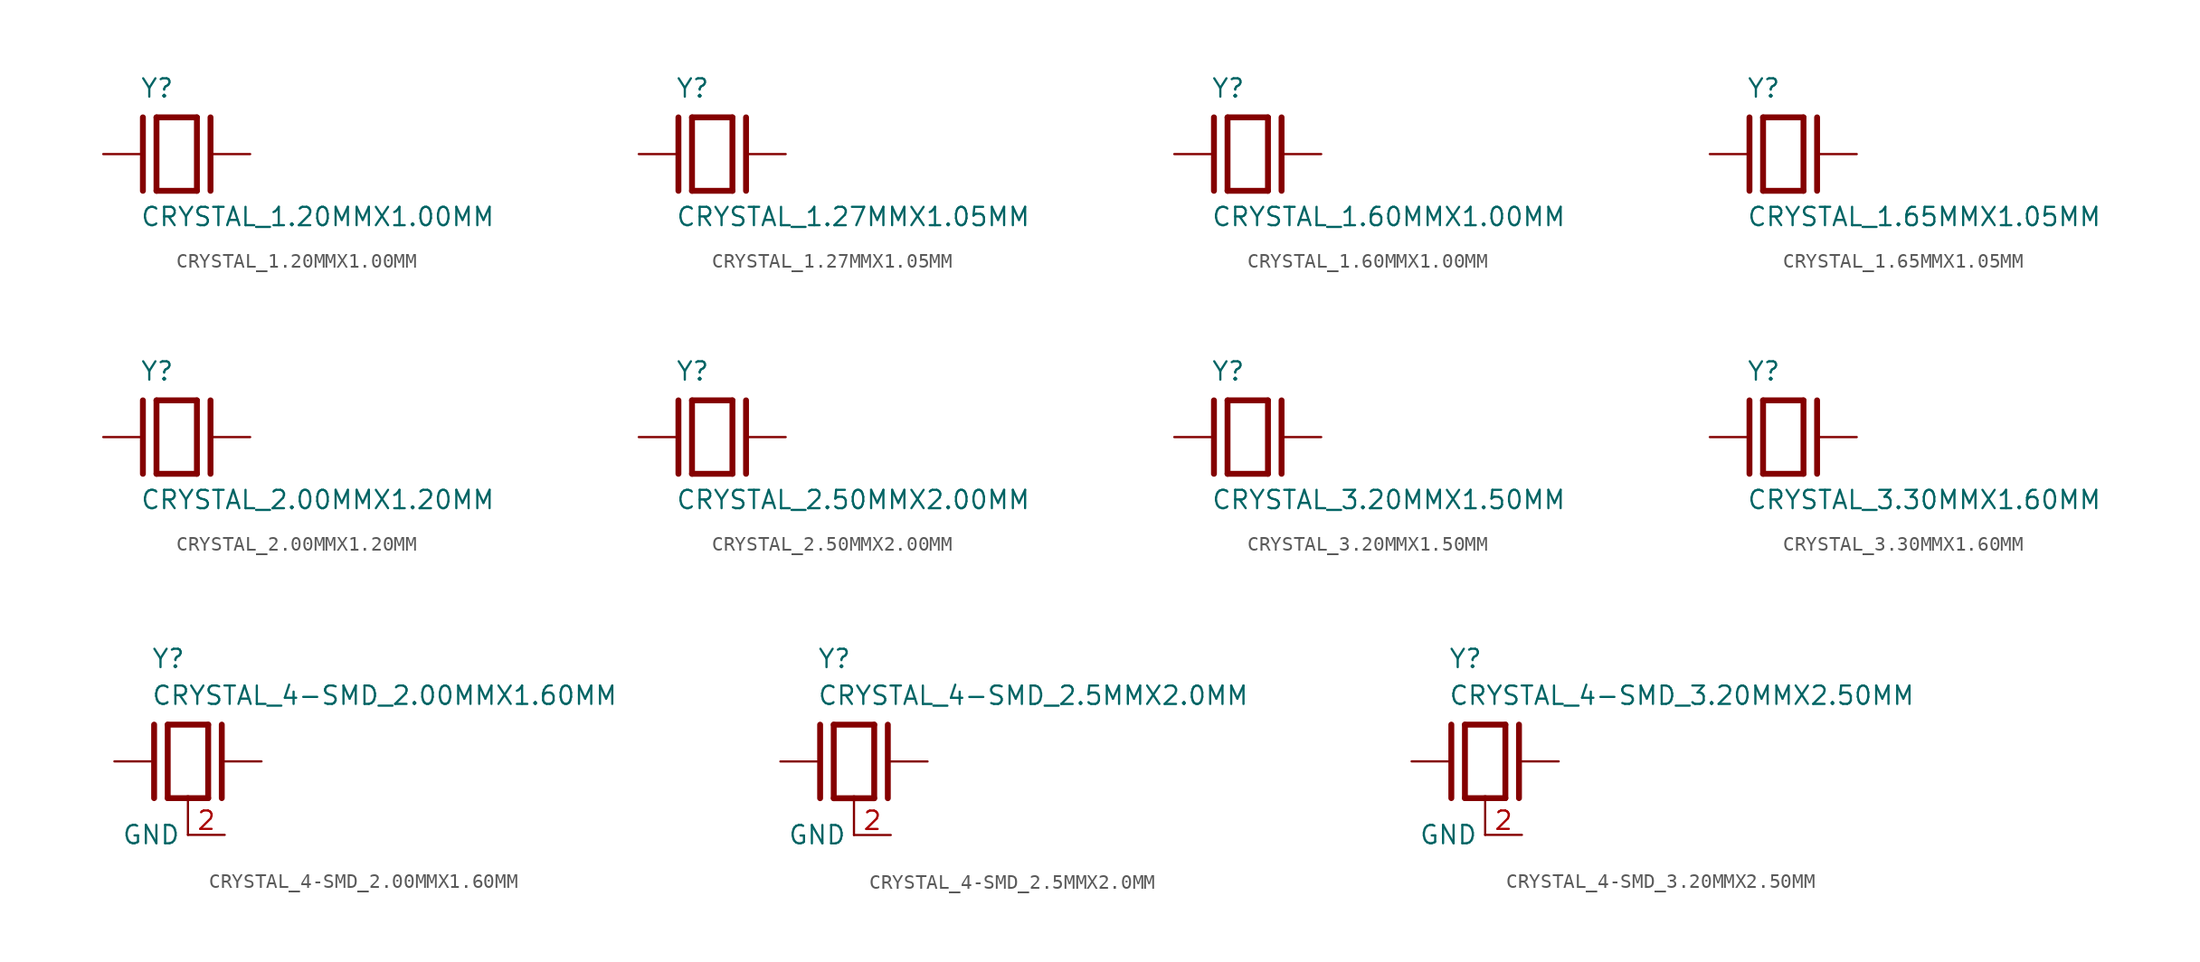
<source format=kicad_sym>
(kicad_symbol_lib
  (version 20211014)
  (generator kicad_symbol_editor)
  (symbol "CRYSTAL_1.20MMX1.00MM"
    (pin_numbers hide)
    (pin_names hide)
    (property "Reference" "Y"
      (at -2.54 3.81 0)
      (effects (font (size 1.27 1.27)) (justify left bottom)))
    (property "Value" "CRYSTAL_1.20MMX1.00MM"
      (at -2.54 -5.08 0)
      (effects (font (size 1.27 1.27)) (justify left bottom)))
    (property "Datasheet" ""
      (at 0 0 0))
    (property "ki_fp_filters" "FlashPCB_Oscillators:CRYSTAL_2-SMD_NOLEAD_1.20MMX1.00MM"
      (at 0 0 0))
    (symbol "CRYSTAL_1.20MMX1.00MM_1_1"
      (polyline (pts (xy -1.397 2.54) (xy 1.397 2.54)) (stroke (width 0.406)) (fill (type none)))
      (polyline (pts (xy 1.397 2.54) (xy 1.397 -2.54)) (stroke (width 0.406)) (fill (type none)))
      (polyline (pts (xy 1.397 -2.54) (xy -1.397 -2.54)) (stroke (width 0.406)) (fill (type none)))
      (polyline (pts (xy -1.397 2.54) (xy -1.397 -2.54)) (stroke (width 0.406)) (fill (type none)))
      (polyline (pts (xy 2.337 2.54) (xy 2.337 -2.54)) (stroke (width 0.406)) (fill (type none)))
      (polyline (pts (xy -2.337 2.54) (xy -2.337 -2.54)) (stroke (width 0.406)) (fill (type none)))
      (pin passive line (at 5.08 0 180) (length 2.54) (name "2" (effects (font (size 0 0)))) (number "2" (effects (font (size 0 0)))))
      (pin passive line (at -5.08 0 0) (length 2.54) (name "1" (effects (font (size 0 0)))) (number "1" (effects (font (size 0 0)))))))
  (symbol "CRYSTAL_1.27MMX1.05MM"
    (pin_numbers hide)
    (pin_names hide)
    (property "Reference" "Y"
      (at -2.54 3.81 0)
      (effects (font (size 1.27 1.27)) (justify left bottom)))
    (property "Value" "CRYSTAL_1.27MMX1.05MM"
      (at -2.54 -5.08 0)
      (effects (font (size 1.27 1.27)) (justify left bottom)))
    (property "Datasheet" ""
      (at 0 0 0))
    (property "ki_fp_filters" "FlashPCB_Oscillators:CRYSTAL_2-SMD_NOLEAD_1.27MMX1.05MM"
      (at 0 0 0))
    (symbol "CRYSTAL_1.27MMX1.05MM_1_1"
      (polyline (pts (xy -1.397 2.54) (xy 1.397 2.54)) (stroke (width 0.406)) (fill (type none)))
      (polyline (pts (xy 1.397 2.54) (xy 1.397 -2.54)) (stroke (width 0.406)) (fill (type none)))
      (polyline (pts (xy 1.397 -2.54) (xy -1.397 -2.54)) (stroke (width 0.406)) (fill (type none)))
      (polyline (pts (xy -1.397 2.54) (xy -1.397 -2.54)) (stroke (width 0.406)) (fill (type none)))
      (polyline (pts (xy 2.337 2.54) (xy 2.337 -2.54)) (stroke (width 0.406)) (fill (type none)))
      (polyline (pts (xy -2.337 2.54) (xy -2.337 -2.54)) (stroke (width 0.406)) (fill (type none)))
      (pin passive line (at 5.08 0 180) (length 2.54) (name "2" (effects (font (size 0 0)))) (number "2" (effects (font (size 0 0)))))
      (pin passive line (at -5.08 0 0) (length 2.54) (name "1" (effects (font (size 0 0)))) (number "1" (effects (font (size 0 0)))))))
  (symbol "CRYSTAL_1.60MMX1.00MM"
    (pin_numbers hide)
    (pin_names hide)
    (property "Reference" "Y"
      (at -2.54 3.81 0)
      (effects (font (size 1.27 1.27)) (justify left bottom)))
    (property "Value" "CRYSTAL_1.60MMX1.00MM"
      (at -2.54 -5.08 0)
      (effects (font (size 1.27 1.27)) (justify left bottom)))
    (property "Datasheet" ""
      (at 0 0 0))
    (property "ki_fp_filters" "FlashPCB_Oscillators:CRYSTAL_2-SMD_NOLEAD_1.60MMX1.00MM"
      (at 0 0 0))
    (symbol "CRYSTAL_1.60MMX1.00MM_1_1"
      (polyline (pts (xy -1.397 2.54) (xy 1.397 2.54)) (stroke (width 0.406)) (fill (type none)))
      (polyline (pts (xy 1.397 2.54) (xy 1.397 -2.54)) (stroke (width 0.406)) (fill (type none)))
      (polyline (pts (xy 1.397 -2.54) (xy -1.397 -2.54)) (stroke (width 0.406)) (fill (type none)))
      (polyline (pts (xy -1.397 2.54) (xy -1.397 -2.54)) (stroke (width 0.406)) (fill (type none)))
      (polyline (pts (xy 2.337 2.54) (xy 2.337 -2.54)) (stroke (width 0.406)) (fill (type none)))
      (polyline (pts (xy -2.337 2.54) (xy -2.337 -2.54)) (stroke (width 0.406)) (fill (type none)))
      (pin passive line (at 5.08 0 180) (length 2.54) (name "2" (effects (font (size 0 0)))) (number "2" (effects (font (size 0 0)))))
      (pin passive line (at -5.08 0 0) (length 2.54) (name "1" (effects (font (size 0 0)))) (number "1" (effects (font (size 0 0)))))))
  (symbol "CRYSTAL_1.65MMX1.05MM"
    (pin_numbers hide)
    (pin_names hide)
    (property "Reference" "Y"
      (at -2.54 3.81 0)
      (effects (font (size 1.27 1.27)) (justify left bottom)))
    (property "Value" "CRYSTAL_1.65MMX1.05MM"
      (at -2.54 -5.08 0)
      (effects (font (size 1.27 1.27)) (justify left bottom)))
    (property "Datasheet" ""
      (at 0 0 0))
    (property "ki_fp_filters" "FlashPCB_Oscillators:CRYSTAL_2-SMD_NOLEAD_1.65MMX1.05MM"
      (at 0 0 0))
    (symbol "CRYSTAL_1.65MMX1.05MM_1_1"
      (polyline (pts (xy -1.397 2.54) (xy 1.397 2.54)) (stroke (width 0.406)) (fill (type none)))
      (polyline (pts (xy 1.397 2.54) (xy 1.397 -2.54)) (stroke (width 0.406)) (fill (type none)))
      (polyline (pts (xy 1.397 -2.54) (xy -1.397 -2.54)) (stroke (width 0.406)) (fill (type none)))
      (polyline (pts (xy -1.397 2.54) (xy -1.397 -2.54)) (stroke (width 0.406)) (fill (type none)))
      (polyline (pts (xy 2.337 2.54) (xy 2.337 -2.54)) (stroke (width 0.406)) (fill (type none)))
      (polyline (pts (xy -2.337 2.54) (xy -2.337 -2.54)) (stroke (width 0.406)) (fill (type none)))
      (pin passive line (at 5.08 0 180) (length 2.54) (name "2" (effects (font (size 0 0)))) (number "2" (effects (font (size 0 0)))))
      (pin passive line (at -5.08 0 0) (length 2.54) (name "1" (effects (font (size 0 0)))) (number "1" (effects (font (size 0 0)))))))
  (symbol "CRYSTAL_2.00MMX1.20MM"
    (pin_numbers hide)
    (pin_names hide)
    (property "Reference" "Y"
      (at -2.54 3.81 0)
      (effects (font (size 1.27 1.27)) (justify left bottom)))
    (property "Value" "CRYSTAL_2.00MMX1.20MM"
      (at -2.54 -5.08 0)
      (effects (font (size 1.27 1.27)) (justify left bottom)))
    (property "Datasheet" ""
      (at 0 0 0))
    (property "ki_fp_filters" "FlashPCB_Oscillators:CRYSTAL_2-SMD_NOLEAD_2.00MMX1.20MM"
      (at 0 0 0))
    (symbol "CRYSTAL_2.00MMX1.20MM_1_1"
      (polyline (pts (xy -1.397 2.54) (xy 1.397 2.54)) (stroke (width 0.406)) (fill (type none)))
      (polyline (pts (xy 1.397 2.54) (xy 1.397 -2.54)) (stroke (width 0.406)) (fill (type none)))
      (polyline (pts (xy 1.397 -2.54) (xy -1.397 -2.54)) (stroke (width 0.406)) (fill (type none)))
      (polyline (pts (xy -1.397 2.54) (xy -1.397 -2.54)) (stroke (width 0.406)) (fill (type none)))
      (polyline (pts (xy 2.337 2.54) (xy 2.337 -2.54)) (stroke (width 0.406)) (fill (type none)))
      (polyline (pts (xy -2.337 2.54) (xy -2.337 -2.54)) (stroke (width 0.406)) (fill (type none)))
      (pin passive line (at 5.08 0 180) (length 2.54) (name "2" (effects (font (size 0 0)))) (number "2" (effects (font (size 0 0)))))
      (pin passive line (at -5.08 0 0) (length 2.54) (name "1" (effects (font (size 0 0)))) (number "1" (effects (font (size 0 0)))))))
  (symbol "CRYSTAL_2.50MMX2.00MM"
    (pin_numbers hide)
    (pin_names hide)
    (property "Reference" "Y"
      (at -2.54 3.81 0)
      (effects (font (size 1.27 1.27)) (justify left bottom)))
    (property "Value" "CRYSTAL_2.50MMX2.00MM"
      (at -2.54 -5.08 0)
      (effects (font (size 1.27 1.27)) (justify left bottom)))
    (property "Datasheet" ""
      (at 0 0 0))
    (property "ki_fp_filters" "FlashPCB_Oscillators:CRYSTAL_2-SMD_NOLEAD_2.50MMX2.00MM"
      (at 0 0 0))
    (symbol "CRYSTAL_2.50MMX2.00MM_1_1"
      (polyline (pts (xy -1.397 2.54) (xy 1.397 2.54)) (stroke (width 0.406)) (fill (type none)))
      (polyline (pts (xy 1.397 2.54) (xy 1.397 -2.54)) (stroke (width 0.406)) (fill (type none)))
      (polyline (pts (xy 1.397 -2.54) (xy -1.397 -2.54)) (stroke (width 0.406)) (fill (type none)))
      (polyline (pts (xy -1.397 2.54) (xy -1.397 -2.54)) (stroke (width 0.406)) (fill (type none)))
      (polyline (pts (xy 2.337 2.54) (xy 2.337 -2.54)) (stroke (width 0.406)) (fill (type none)))
      (polyline (pts (xy -2.337 2.54) (xy -2.337 -2.54)) (stroke (width 0.406)) (fill (type none)))
      (pin passive line (at 5.08 0 180) (length 2.54) (name "2" (effects (font (size 0 0)))) (number "2" (effects (font (size 0 0)))))
      (pin passive line (at -5.08 0 0) (length 2.54) (name "1" (effects (font (size 0 0)))) (number "1" (effects (font (size 0 0)))))))
  (symbol "CRYSTAL_3.20MMX1.50MM"
    (pin_numbers hide)
    (pin_names hide)
    (property "Reference" "Y"
      (at -2.54 3.81 0)
      (effects (font (size 1.27 1.27)) (justify left bottom)))
    (property "Value" "CRYSTAL_3.20MMX1.50MM"
      (at -2.54 -5.08 0)
      (effects (font (size 1.27 1.27)) (justify left bottom)))
    (property "Datasheet" ""
      (at 0 0 0))
    (property "ki_fp_filters" "FlashPCB_Oscillators:CRYSTAL_2-SMD_NOLEAD_3.20MMX1.50MM"
      (at 0 0 0))
    (symbol "CRYSTAL_3.20MMX1.50MM_1_1"
      (polyline (pts (xy -1.397 2.54) (xy 1.397 2.54)) (stroke (width 0.406)) (fill (type none)))
      (polyline (pts (xy 1.397 2.54) (xy 1.397 -2.54)) (stroke (width 0.406)) (fill (type none)))
      (polyline (pts (xy 1.397 -2.54) (xy -1.397 -2.54)) (stroke (width 0.406)) (fill (type none)))
      (polyline (pts (xy -1.397 2.54) (xy -1.397 -2.54)) (stroke (width 0.406)) (fill (type none)))
      (polyline (pts (xy 2.337 2.54) (xy 2.337 -2.54)) (stroke (width 0.406)) (fill (type none)))
      (polyline (pts (xy -2.337 2.54) (xy -2.337 -2.54)) (stroke (width 0.406)) (fill (type none)))
      (pin passive line (at 5.08 0 180) (length 2.54) (name "2" (effects (font (size 0 0)))) (number "2" (effects (font (size 0 0)))))
      (pin passive line (at -5.08 0 0) (length 2.54) (name "1" (effects (font (size 0 0)))) (number "1" (effects (font (size 0 0)))))))
  (symbol "CRYSTAL_3.30MMX1.60MM"
    (pin_numbers hide)
    (pin_names hide)
    (property "Reference" "Y"
      (at -2.54 3.81 0)
      (effects (font (size 1.27 1.27)) (justify left bottom)))
    (property "Value" "CRYSTAL_3.30MMX1.60MM"
      (at -2.54 -5.08 0)
      (effects (font (size 1.27 1.27)) (justify left bottom)))
    (property "Datasheet" ""
      (at 0 0 0))
    (property "ki_fp_filters" "FlashPCB_Oscillators:CRYSTAL_2-SMD_NOLEAD_3.30MMX1.60MM"
      (at 0 0 0))
    (symbol "CRYSTAL_3.30MMX1.60MM_1_1"
      (polyline (pts (xy -1.397 2.54) (xy 1.397 2.54)) (stroke (width 0.406)) (fill (type none)))
      (polyline (pts (xy 1.397 2.54) (xy 1.397 -2.54)) (stroke (width 0.406)) (fill (type none)))
      (polyline (pts (xy 1.397 -2.54) (xy -1.397 -2.54)) (stroke (width 0.406)) (fill (type none)))
      (polyline (pts (xy -1.397 2.54) (xy -1.397 -2.54)) (stroke (width 0.406)) (fill (type none)))
      (polyline (pts (xy 2.337 2.54) (xy 2.337 -2.54)) (stroke (width 0.406)) (fill (type none)))
      (polyline (pts (xy -2.337 2.54) (xy -2.337 -2.54)) (stroke (width 0.406)) (fill (type none)))
      (pin passive line (at 5.08 0 180) (length 2.54) (name "2" (effects (font (size 0 0)))) (number "2" (effects (font (size 0 0)))))
      (pin passive line (at -5.08 0 0) (length 2.54) (name "1" (effects (font (size 0 0)))) (number "1" (effects (font (size 0 0)))))))
  (symbol "CRYSTAL_4-SMD_2.00MMX1.60MM"
    (pin_names)
    (property "Reference" "Y"
      (at -2.54 6.35 0)
      (effects (font (size 1.27 1.27)) (justify left bottom)))
    (property "Value" "CRYSTAL_4-SMD_2.00MMX1.60MM"
      (at -2.54 3.81 0)
      (effects (font (size 1.27 1.27)) (justify left bottom)))
    (property "Datasheet" ""
      (at 0 0 0))
    (property "ki_fp_filters" "FlashPCB_Oscillators:CRYSTAL_4-SMD_NOLEAD_2.00MMX1.60MM"
      (at 0 0 0))
    (symbol "CRYSTAL_4-SMD_2.00MMX1.60MM_1_1"
      (polyline (pts (xy -1.397 2.54) (xy 1.397 2.54)) (stroke (width 0.406)) (fill (type none)))
      (polyline (pts (xy 1.397 2.54) (xy 1.397 -2.54)) (stroke (width 0.406)) (fill (type none)))
      (polyline (pts (xy 1.397 -2.54) (xy 0 -2.54)) (stroke (width 0.406)) (fill (type none)))
      (polyline (pts (xy 0 -2.54) (xy -1.397 -2.54)) (stroke (width 0.406)) (fill (type none)))
      (polyline (pts (xy -1.397 2.54) (xy -1.397 -2.54)) (stroke (width 0.406)) (fill (type none)))
      (polyline (pts (xy 2.337 2.54) (xy 2.337 -2.54)) (stroke (width 0.406)) (fill (type none)))
      (polyline (pts (xy -2.337 2.54) (xy -2.337 -2.54)) (stroke (width 0.406)) (fill (type none)))
      (polyline (pts (xy 0 -2.54) (xy 0 -5.08)) (stroke (width 0.152)) (fill (type none)))
      (pin passive line (at 5.08 0 180) (length 2.54) (name "2" (effects (font (size 0 0)))) (number "3" (effects (font (size 0 0)))))
      (pin passive line (at -5.08 0 0) (length 2.54) (name "1" (effects (font (size 0 0)))) (number "1" (effects (font (size 0 0)))))
      (pin bidirectional line (at 2.54 -5.08 180) (length 2.54) (name "GND" (effects (font (size 1.27 1.27)))) (number "2" (effects (font (size 1.27 1.27)))))
      (pin bidirectional line (at 2.54 -5.08 180) (length 2.54) hide (name "GND" (effects (font (size 1.27 1.27)))) (number "4" (effects (font (size 1.27 1.27)))))))
  (symbol "CRYSTAL_4-SMD_2.5MMX2.0MM"
    (pin_names)
    (property "Reference" "Y"
      (at -2.54 6.35 0)
      (effects (font (size 1.27 1.27)) (justify left bottom)))
    (property "Value" "CRYSTAL_4-SMD_2.5MMX2.0MM"
      (at -2.54 3.81 0)
      (effects (font (size 1.27 1.27)) (justify left bottom)))
    (property "Datasheet" ""
      (at 0 0 0))
    (property "ki_fp_filters" "FlashPCB_Oscillators:CRYSTAL_4-SMD_NOLEAD_2.5MMX2.0MM"
      (at 0 0 0))
    (symbol "CRYSTAL_4-SMD_2.5MMX2.0MM_1_1"
      (polyline (pts (xy -1.397 2.54) (xy 1.397 2.54)) (stroke (width 0.406)) (fill (type none)))
      (polyline (pts (xy 1.397 2.54) (xy 1.397 -2.54)) (stroke (width 0.406)) (fill (type none)))
      (polyline (pts (xy 1.397 -2.54) (xy 0 -2.54)) (stroke (width 0.406)) (fill (type none)))
      (polyline (pts (xy 0 -2.54) (xy -1.397 -2.54)) (stroke (width 0.406)) (fill (type none)))
      (polyline (pts (xy -1.397 2.54) (xy -1.397 -2.54)) (stroke (width 0.406)) (fill (type none)))
      (polyline (pts (xy 2.337 2.54) (xy 2.337 -2.54)) (stroke (width 0.406)) (fill (type none)))
      (polyline (pts (xy -2.337 2.54) (xy -2.337 -2.54)) (stroke (width 0.406)) (fill (type none)))
      (polyline (pts (xy 0 -2.54) (xy 0 -5.08)) (stroke (width 0.152)) (fill (type none)))
      (pin passive line (at 5.08 0 180) (length 2.54) (name "2" (effects (font (size 0 0)))) (number "3" (effects (font (size 0 0)))))
      (pin passive line (at -5.08 0 0) (length 2.54) (name "1" (effects (font (size 0 0)))) (number "1" (effects (font (size 0 0)))))
      (pin bidirectional line (at 2.54 -5.08 180) (length 2.54) (name "GND" (effects (font (size 1.27 1.27)))) (number "2" (effects (font (size 1.27 1.27)))))
      (pin bidirectional line (at 2.54 -5.08 180) (length 2.54) hide (name "GND" (effects (font (size 1.27 1.27)))) (number "4" (effects (font (size 1.27 1.27)))))))
  (symbol "CRYSTAL_4-SMD_3.20MMX2.50MM"
    (pin_names)
    (property "Reference" "Y"
      (at -2.54 6.35 0)
      (effects (font (size 1.27 1.27)) (justify left bottom)))
    (property "Value" "CRYSTAL_4-SMD_3.20MMX2.50MM"
      (at -2.54 3.81 0)
      (effects (font (size 1.27 1.27)) (justify left bottom)))
    (property "Datasheet" ""
      (at 0 0 0))
    (property "ki_fp_filters" "FlashPCB_Oscillators:CRYSTAL_4-SMD_NOLEAD_3.20MMX2.50MM"
      (at 0 0 0))
    (symbol "CRYSTAL_4-SMD_3.20MMX2.50MM_1_1"
      (polyline (pts (xy -1.397 2.54) (xy 1.397 2.54)) (stroke (width 0.406)) (fill (type none)))
      (polyline (pts (xy 1.397 2.54) (xy 1.397 -2.54)) (stroke (width 0.406)) (fill (type none)))
      (polyline (pts (xy 1.397 -2.54) (xy 0 -2.54)) (stroke (width 0.406)) (fill (type none)))
      (polyline (pts (xy 0 -2.54) (xy -1.397 -2.54)) (stroke (width 0.406)) (fill (type none)))
      (polyline (pts (xy -1.397 2.54) (xy -1.397 -2.54)) (stroke (width 0.406)) (fill (type none)))
      (polyline (pts (xy 2.337 2.54) (xy 2.337 -2.54)) (stroke (width 0.406)) (fill (type none)))
      (polyline (pts (xy -2.337 2.54) (xy -2.337 -2.54)) (stroke (width 0.406)) (fill (type none)))
      (polyline (pts (xy 0 -2.54) (xy 0 -5.08)) (stroke (width 0.152)) (fill (type none)))
      (pin passive line (at 5.08 0 180) (length 2.54) (name "2" (effects (font (size 0 0)))) (number "3" (effects (font (size 0 0)))))
      (pin passive line (at -5.08 0 0) (length 2.54) (name "1" (effects (font (size 0 0)))) (number "1" (effects (font (size 0 0)))))
      (pin bidirectional line (at 2.54 -5.08 180) (length 2.54) (name "GND" (effects (font (size 1.27 1.27)))) (number "2" (effects (font (size 1.27 1.27)))))
      (pin bidirectional line (at 2.54 -5.08 180) (length 2.54) hide (name "GND" (effects (font (size 1.27 1.27)))) (number "4" (effects (font (size 1.27 1.27))))))))
</source>
